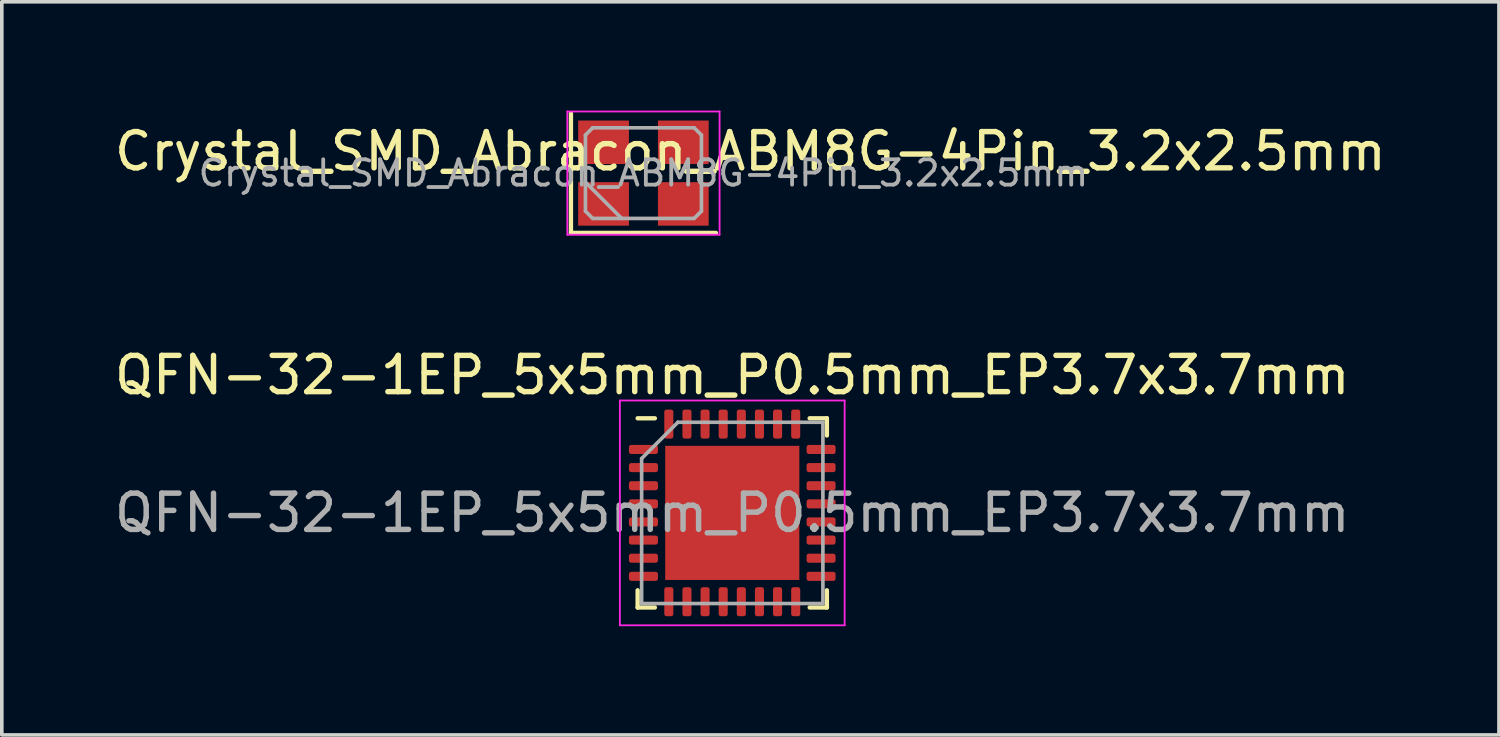
<source format=kicad_pcb>
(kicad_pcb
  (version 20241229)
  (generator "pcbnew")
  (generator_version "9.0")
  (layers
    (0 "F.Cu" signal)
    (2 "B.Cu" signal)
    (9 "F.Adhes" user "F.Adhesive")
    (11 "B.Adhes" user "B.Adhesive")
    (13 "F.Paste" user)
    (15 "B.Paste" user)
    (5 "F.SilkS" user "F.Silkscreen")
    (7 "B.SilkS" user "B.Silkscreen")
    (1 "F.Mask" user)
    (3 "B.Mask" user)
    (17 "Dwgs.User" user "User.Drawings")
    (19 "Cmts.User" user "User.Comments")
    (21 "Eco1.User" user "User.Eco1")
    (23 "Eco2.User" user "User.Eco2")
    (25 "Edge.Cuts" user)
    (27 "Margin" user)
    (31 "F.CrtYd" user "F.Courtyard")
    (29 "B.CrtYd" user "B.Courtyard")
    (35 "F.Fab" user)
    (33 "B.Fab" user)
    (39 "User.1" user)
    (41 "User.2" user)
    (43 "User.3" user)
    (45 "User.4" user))
  (footprint "QFN-32-1EP_5x5mm_P0.5mm_EP3.7x3.7mm"
    (layer "F.Cu")
    (at 17.149 11.098)
    (property "Reference" "QFN-32-1EP_5x5mm_P0.5mm_EP3.7x3.7mm" (at 0 -3.8 0) (layer "F.SilkS") (effects (font (size 1 1) (thickness 0.15))))
    (attr smd)
    (fp_line (start -2.61 2.61) (end -2.61 2.135) (stroke (width 0.12) (type solid)) (layer "F.SilkS"))
    (fp_line (start -2.135 -2.61) (end -2.61 -2.61) (stroke (width 0.12) (type solid)) (layer "F.SilkS"))
    (fp_line (start -2.135 2.61) (end -2.61 2.61) (stroke (width 0.12) (type solid)) (layer "F.SilkS"))
    (fp_line (start 2.135 -2.61) (end 2.61 -2.61) (stroke (width 0.12) (type solid)) (layer "F.SilkS"))
    (fp_line (start 2.135 2.61) (end 2.61 2.61) (stroke (width 0.12) (type solid)) (layer "F.SilkS"))
    (fp_line (start 2.61 -2.61) (end 2.61 -2.135) (stroke (width 0.12) (type solid)) (layer "F.SilkS"))
    (fp_line (start 2.61 2.61) (end 2.61 2.135) (stroke (width 0.12) (type solid)) (layer "F.SilkS"))
    (fp_line (start -3.1 -3.1) (end -3.1 3.1) (stroke (width 0.05) (type solid)) (layer "F.CrtYd"))
    (fp_line (start -3.1 3.1) (end 3.1 3.1) (stroke (width 0.05) (type solid)) (layer "F.CrtYd"))
    (fp_line (start 3.1 -3.1) (end -3.1 -3.1) (stroke (width 0.05) (type solid)) (layer "F.CrtYd"))
    (fp_line (start 3.1 3.1) (end 3.1 -3.1) (stroke (width 0.05) (type solid)) (layer "F.CrtYd"))
    (fp_line (start -2.5 -1.5) (end -1.5 -2.5) (stroke (width 0.1) (type solid)) (layer "F.Fab"))
    (fp_line (start -2.5 2.5) (end -2.5 -1.5) (stroke (width 0.1) (type solid)) (layer "F.Fab"))
    (fp_line (start -1.5 -2.5) (end 2.5 -2.5) (stroke (width 0.1) (type solid)) (layer "F.Fab"))
    (fp_line (start 2.5 -2.5) (end 2.5 2.5) (stroke (width 0.1) (type solid)) (layer "F.Fab"))
    (fp_line (start 2.5 2.5) (end -2.5 2.5) (stroke (width 0.1) (type solid)) (layer "F.Fab"))
    (fp_text user "${REFERENCE}" (at 0 0 0) (layer "F.Fab") (effects (font (size 1 1) (thickness 0.15))))
    (pad "" smd roundrect (at -0.925 -0.925) (size 1.49 1.49) (layers "F.Paste") (roundrect_rratio 0.168))
    (pad "" smd roundrect (at -0.925 0.925) (size 1.49 1.49) (layers "F.Paste") (roundrect_rratio 0.168))
    (pad "" smd roundrect (at 0.925 -0.925) (size 1.49 1.49) (layers "F.Paste") (roundrect_rratio 0.168))
    (pad "" smd roundrect (at 0.925 0.925) (size 1.49 1.49) (layers "F.Paste") (roundrect_rratio 0.168))
    (pad "1" smd roundrect (at -2.45 -1.75) (size 0.8 0.25) (layers "F.Cu" "F.Mask" "F.Paste") (roundrect_rratio 0.25))
    (pad "2" smd roundrect (at -2.45 -1.25) (size 0.8 0.25) (layers "F.Cu" "F.Mask" "F.Paste") (roundrect_rratio 0.25))
    (pad "3" smd roundrect (at -2.45 -0.75) (size 0.8 0.25) (layers "F.Cu" "F.Mask" "F.Paste") (roundrect_rratio 0.25))
    (pad "4" smd roundrect (at -2.45 -0.25) (size 0.8 0.25) (layers "F.Cu" "F.Mask" "F.Paste") (roundrect_rratio 0.25))
    (pad "5" smd roundrect (at -2.45 0.25) (size 0.8 0.25) (layers "F.Cu" "F.Mask" "F.Paste") (roundrect_rratio 0.25))
    (pad "6" smd roundrect (at -2.45 0.75) (size 0.8 0.25) (layers "F.Cu" "F.Mask" "F.Paste") (roundrect_rratio 0.25))
    (pad "7" smd roundrect (at -2.45 1.25) (size 0.8 0.25) (layers "F.Cu" "F.Mask" "F.Paste") (roundrect_rratio 0.25))
    (pad "8" smd roundrect (at -2.45 1.75) (size 0.8 0.25) (layers "F.Cu" "F.Mask" "F.Paste") (roundrect_rratio 0.25))
    (pad "9" smd roundrect (at -1.75 2.45) (size 0.25 0.8) (layers "F.Cu" "F.Mask" "F.Paste") (roundrect_rratio 0.25))
    (pad "10" smd roundrect (at -1.25 2.45) (size 0.25 0.8) (layers "F.Cu" "F.Mask" "F.Paste") (roundrect_rratio 0.25))
    (pad "11" smd roundrect (at -0.75 2.45) (size 0.25 0.8) (layers "F.Cu" "F.Mask" "F.Paste") (roundrect_rratio 0.25))
    (pad "12" smd roundrect (at -0.25 2.45) (size 0.25 0.8) (layers "F.Cu" "F.Mask" "F.Paste") (roundrect_rratio 0.25))
    (pad "13" smd roundrect (at 0.25 2.45) (size 0.25 0.8) (layers "F.Cu" "F.Mask" "F.Paste") (roundrect_rratio 0.25))
    (pad "14" smd roundrect (at 0.75 2.45) (size 0.25 0.8) (layers "F.Cu" "F.Mask" "F.Paste") (roundrect_rratio 0.25))
    (pad "15" smd roundrect (at 1.25 2.45) (size 0.25 0.8) (layers "F.Cu" "F.Mask" "F.Paste") (roundrect_rratio 0.25))
    (pad "16" smd roundrect (at 1.75 2.45) (size 0.25 0.8) (layers "F.Cu" "F.Mask" "F.Paste") (roundrect_rratio 0.25))
    (pad "17" smd roundrect (at 2.45 1.75) (size 0.8 0.25) (layers "F.Cu" "F.Mask" "F.Paste") (roundrect_rratio 0.25))
    (pad "18" smd roundrect (at 2.45 1.25) (size 0.8 0.25) (layers "F.Cu" "F.Mask" "F.Paste") (roundrect_rratio 0.25))
    (pad "19" smd roundrect (at 2.45 0.75) (size 0.8 0.25) (layers "F.Cu" "F.Mask" "F.Paste") (roundrect_rratio 0.25))
    (pad "20" smd roundrect (at 2.45 0.25) (size 0.8 0.25) (layers "F.Cu" "F.Mask" "F.Paste") (roundrect_rratio 0.25))
    (pad "21" smd roundrect (at 2.45 -0.25) (size 0.8 0.25) (layers "F.Cu" "F.Mask" "F.Paste") (roundrect_rratio 0.25))
    (pad "22" smd roundrect (at 2.45 -0.75) (size 0.8 0.25) (layers "F.Cu" "F.Mask" "F.Paste") (roundrect_rratio 0.25))
    (pad "23" smd roundrect (at 2.45 -1.25) (size 0.8 0.25) (layers "F.Cu" "F.Mask" "F.Paste") (roundrect_rratio 0.25))
    (pad "24" smd roundrect (at 2.45 -1.75) (size 0.8 0.25) (layers "F.Cu" "F.Mask" "F.Paste") (roundrect_rratio 0.25))
    (pad "25" smd roundrect (at 1.75 -2.45) (size 0.25 0.8) (layers "F.Cu" "F.Mask" "F.Paste") (roundrect_rratio 0.25))
    (pad "26" smd roundrect (at 1.25 -2.45) (size 0.25 0.8) (layers "F.Cu" "F.Mask" "F.Paste") (roundrect_rratio 0.25))
    (pad "27" smd roundrect (at 0.75 -2.45) (size 0.25 0.8) (layers "F.Cu" "F.Mask" "F.Paste") (roundrect_rratio 0.25))
    (pad "28" smd roundrect (at 0.25 -2.45) (size 0.25 0.8) (layers "F.Cu" "F.Mask" "F.Paste") (roundrect_rratio 0.25))
    (pad "29" smd roundrect (at -0.25 -2.45) (size 0.25 0.8) (layers "F.Cu" "F.Mask" "F.Paste") (roundrect_rratio 0.25))
    (pad "30" smd roundrect (at -0.75 -2.45) (size 0.25 0.8) (layers "F.Cu" "F.Mask" "F.Paste") (roundrect_rratio 0.25))
    (pad "31" smd roundrect (at -1.25 -2.45) (size 0.25 0.8) (layers "F.Cu" "F.Mask" "F.Paste") (roundrect_rratio 0.25))
    (pad "32" smd roundrect (at -1.75 -2.45) (size 0.25 0.8) (layers "F.Cu" "F.Mask" "F.Paste") (roundrect_rratio 0.25))
    (pad "33" smd rect (at 0 0) (size 3.7 3.7) (layers "F.Cu" "F.Mask")))
  (footprint "Crystal_SMD_Abracon_ABM8G-4Pin_3.2x2.5mm"
    (layer "F.Cu")
    (at 14.699 1.725)
    (property "Reference" "Crystal_SMD_Abracon_ABM8G-4Pin_3.2x2.5mm" (at 2.95 -0.6 180) (layer "F.SilkS") (effects (font (size 1 1) (thickness 0.15))))
    (attr smd)
    (fp_line (start -2 -1.65) (end -2 1.65) (stroke (width 0.12) (type solid)) (layer "F.SilkS"))
    (fp_line (start -2 1.65) (end 2 1.65) (stroke (width 0.12) (type solid)) (layer "F.SilkS"))
    (fp_line (start -2.1 -1.7) (end -2.1 1.7) (stroke (width 0.05) (type solid)) (layer "F.CrtYd"))
    (fp_line (start -2.1 1.7) (end 2.1 1.7) (stroke (width 0.05) (type solid)) (layer "F.CrtYd"))
    (fp_line (start 2.1 -1.7) (end -2.1 -1.7) (stroke (width 0.05) (type solid)) (layer "F.CrtYd"))
    (fp_line (start 2.1 1.7) (end 2.1 -1.7) (stroke (width 0.05) (type solid)) (layer "F.CrtYd"))
    (fp_line (start -1.6 -1.05) (end -1.4 -1.25) (stroke (width 0.1) (type solid)) (layer "F.Fab"))
    (fp_line (start -1.6 0.25) (end -0.6 1.25) (stroke (width 0.1) (type solid)) (layer "F.Fab"))
    (fp_line (start -1.6 1.05) (end -1.6 -1.05) (stroke (width 0.1) (type solid)) (layer "F.Fab"))
    (fp_line (start -1.4 -1.25) (end 1.4 -1.25) (stroke (width 0.1) (type solid)) (layer "F.Fab"))
    (fp_line (start -1.4 1.25) (end -1.6 1.05) (stroke (width 0.1) (type solid)) (layer "F.Fab"))
    (fp_line (start 1.4 -1.25) (end 1.6 -1.05) (stroke (width 0.1) (type solid)) (layer "F.Fab"))
    (fp_line (start 1.4 1.25) (end -1.4 1.25) (stroke (width 0.1) (type solid)) (layer "F.Fab"))
    (fp_line (start 1.6 -1.05) (end 1.6 1.05) (stroke (width 0.1) (type solid)) (layer "F.Fab"))
    (fp_line (start 1.6 1.05) (end 1.4 1.25) (stroke (width 0.1) (type solid)) (layer "F.Fab"))
    (fp_text user "${REFERENCE}" (at 0 0 180) (layer "F.Fab") (effects (font (size 0.7 0.7) (thickness 0.105))))
    (pad "1" smd rect (at -1.1 0.85) (size 1.4 1.2) (layers "F.Cu" "F.Mask" "F.Paste"))
    (pad "2" smd rect (at 1.1 0.85) (size 1.4 1.2) (layers "F.Cu" "F.Mask" "F.Paste"))
    (pad "3" smd rect (at 1.1 -0.85) (size 1.4 1.2) (layers "F.Cu" "F.Mask" "F.Paste"))
    (pad "4" smd rect (at -1.1 -0.85) (size 1.4 1.2) (layers "F.Cu" "F.Mask" "F.Paste")))
  (gr_rect
    (start -3 -3)
    (end 38.298 17.223)
    (stroke (width 0.1) (type default))
    (fill no)
    (layer "Edge.Cuts")))
</source>
